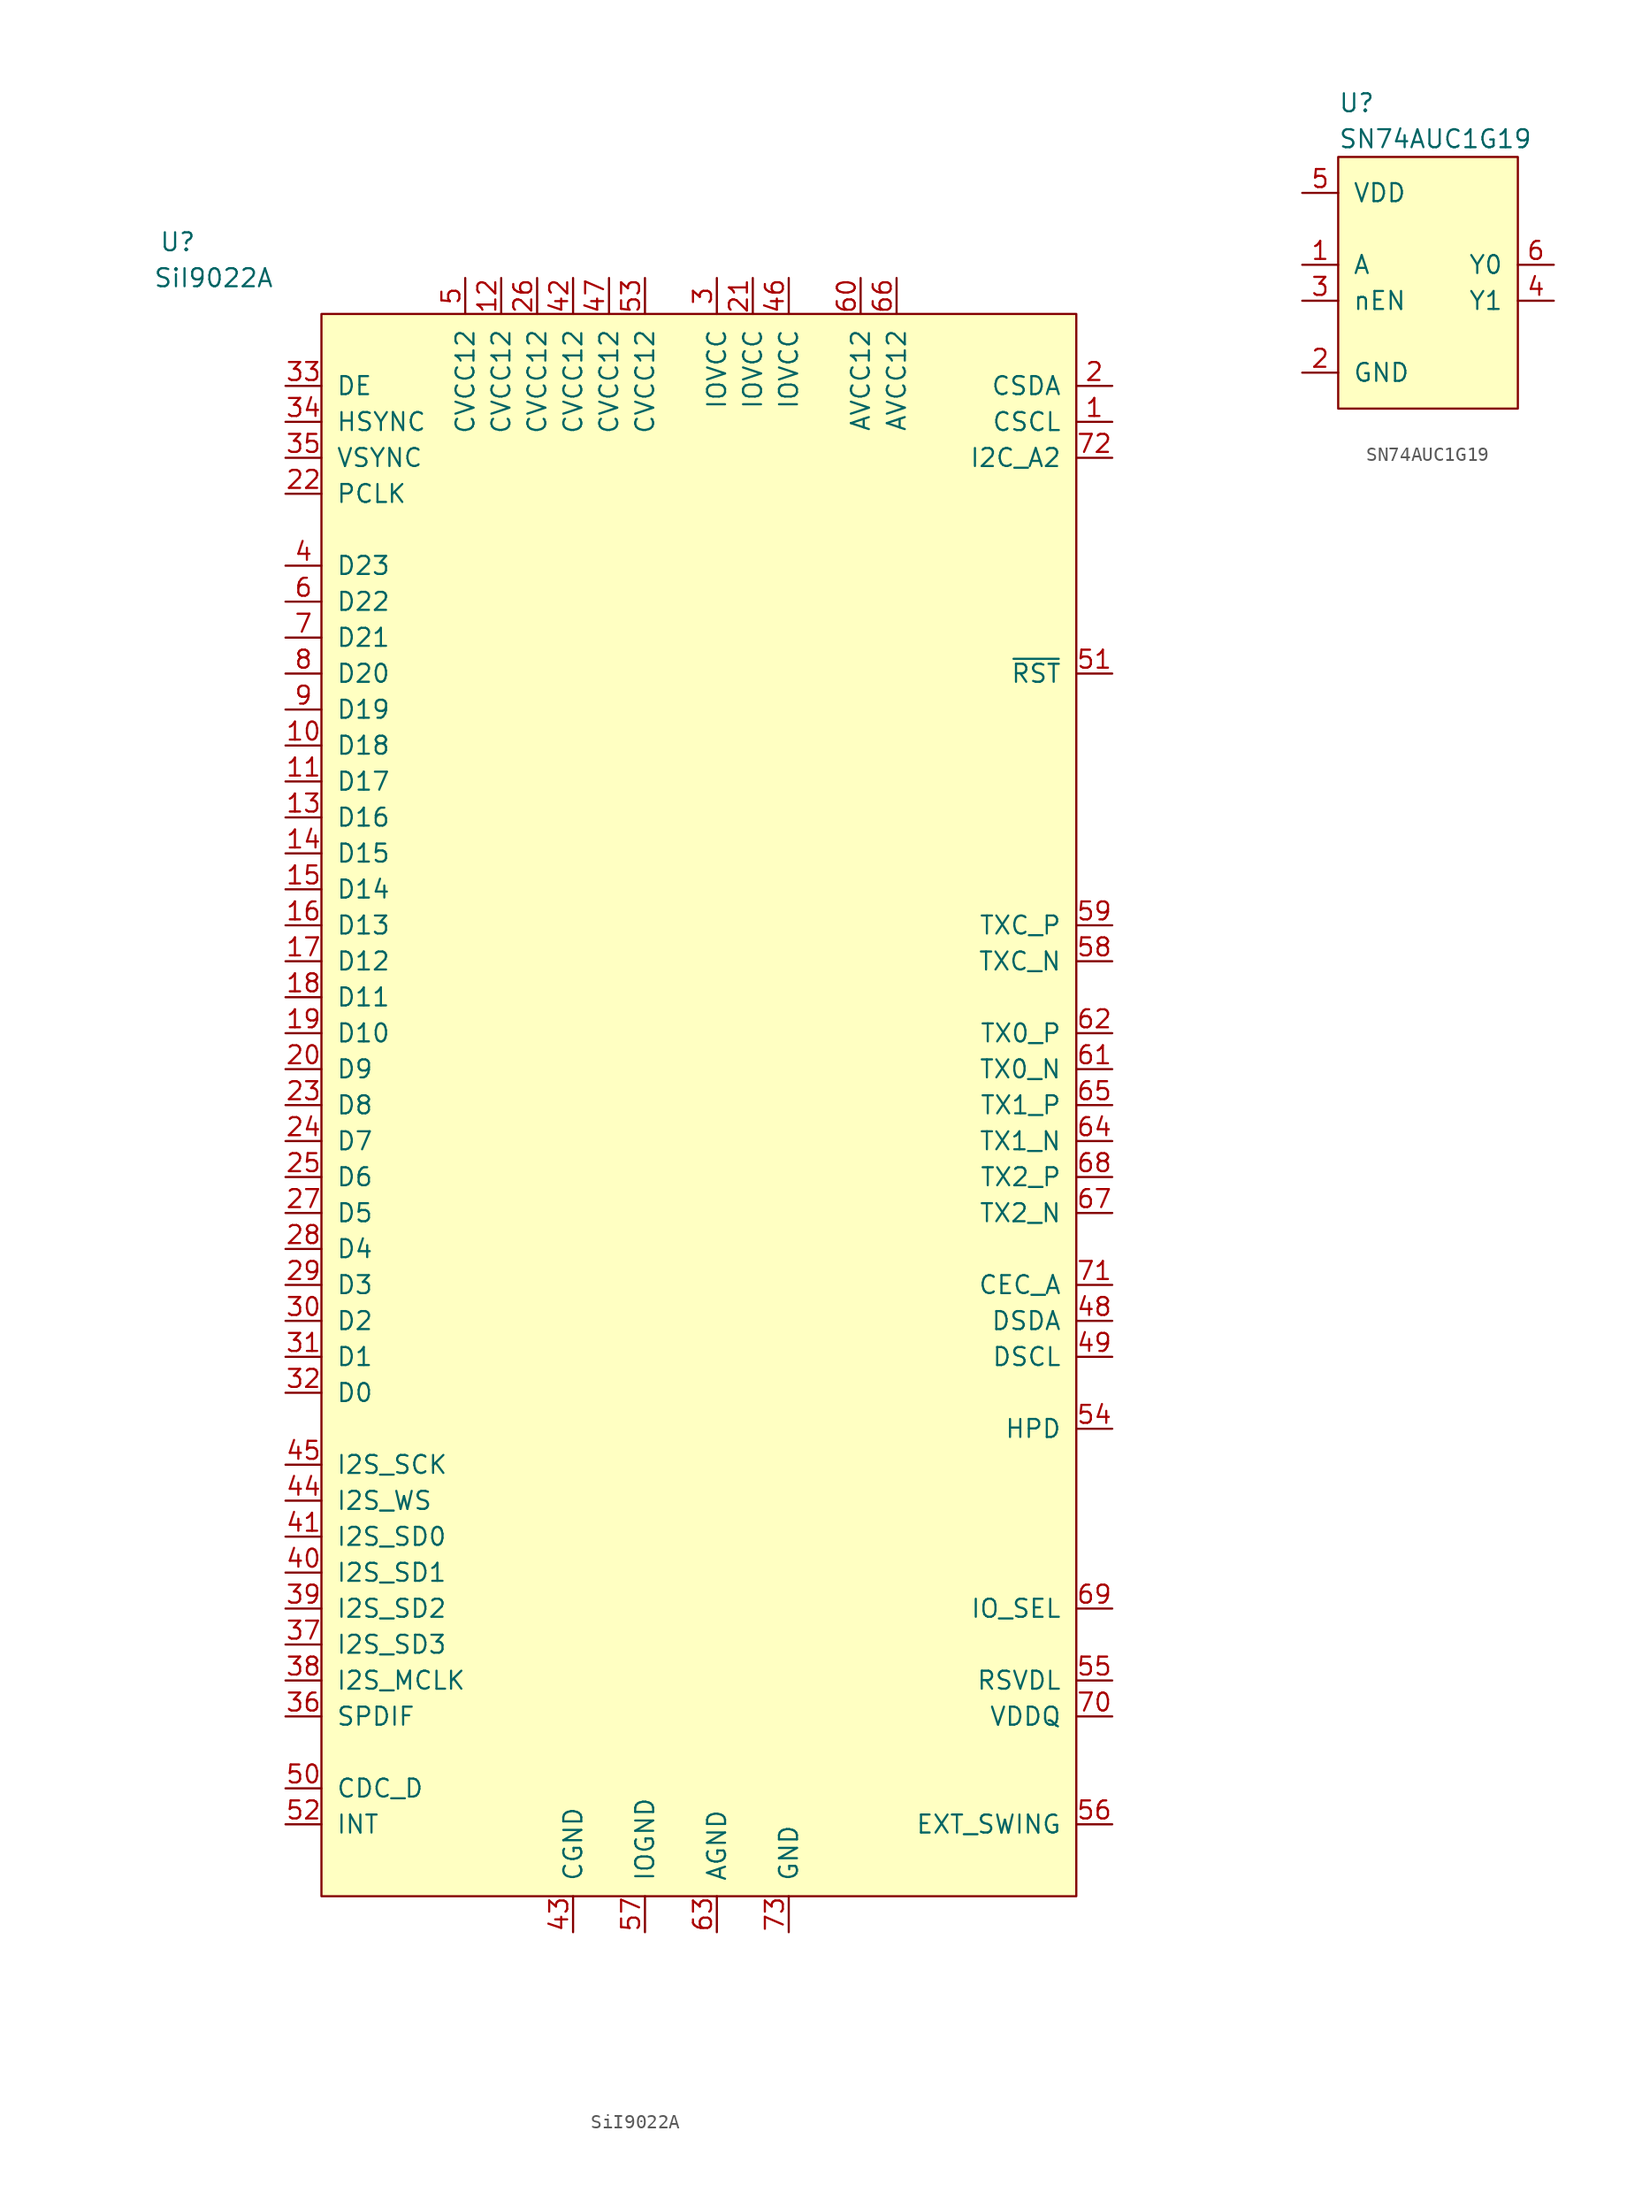
<source format=kicad_sym>
(kicad_symbol_lib
  (version 20211014)
  (generator kicad_symbol_editor)
  (symbol "SiI9022A"
    (pin_names
      (offset 1.016))
    (property "Reference" "U"
      (at -10.16 5.08 0)
      (effects (font (size 1.27 1.27))))
    (property "Value" "SiI9022A"
      (at -7.62 2.54 0)
      (effects (font (size 1.27 1.27))))
    (symbol "SiI9022A_0_1"
      (rectangle (start 0 0) (end 53.34 -111.76) (stroke (width 0) (type default) (color 0 0 0 0)) (fill (type background))))
    (symbol "SiI9022A_1_1"
      (pin input line (at 55.88 -7.62 180) (length 2.54) (name "CSCL" (effects (font (size 1.27 1.27)))) (number "1" (effects (font (size 1.27 1.27)))))
      (pin input line (at -2.54 -30.48 0) (length 2.54) (name "D18" (effects (font (size 1.27 1.27)))) (number "10" (effects (font (size 1.27 1.27)))))
      (pin input line (at -2.54 -33.02 0) (length 2.54) (name "D17" (effects (font (size 1.27 1.27)))) (number "11" (effects (font (size 1.27 1.27)))))
      (pin power_in line (at 12.7 2.54 270) (length 2.54) (name "CVCC12" (effects (font (size 1.27 1.27)))) (number "12" (effects (font (size 1.27 1.27)))))
      (pin input line (at -2.54 -35.56 0) (length 2.54) (name "D16" (effects (font (size 1.27 1.27)))) (number "13" (effects (font (size 1.27 1.27)))))
      (pin input line (at -2.54 -38.1 0) (length 2.54) (name "D15" (effects (font (size 1.27 1.27)))) (number "14" (effects (font (size 1.27 1.27)))))
      (pin input line (at -2.54 -40.64 0) (length 2.54) (name "D14" (effects (font (size 1.27 1.27)))) (number "15" (effects (font (size 1.27 1.27)))))
      (pin input line (at -2.54 -43.18 0) (length 2.54) (name "D13" (effects (font (size 1.27 1.27)))) (number "16" (effects (font (size 1.27 1.27)))))
      (pin input line (at -2.54 -45.72 0) (length 2.54) (name "D12" (effects (font (size 1.27 1.27)))) (number "17" (effects (font (size 1.27 1.27)))))
      (pin input line (at -2.54 -48.26 0) (length 2.54) (name "D11" (effects (font (size 1.27 1.27)))) (number "18" (effects (font (size 1.27 1.27)))))
      (pin input line (at -2.54 -50.8 0) (length 2.54) (name "D10" (effects (font (size 1.27 1.27)))) (number "19" (effects (font (size 1.27 1.27)))))
      (pin bidirectional line (at 55.88 -5.08 180) (length 2.54) (name "CSDA" (effects (font (size 1.27 1.27)))) (number "2" (effects (font (size 1.27 1.27)))))
      (pin input line (at -2.54 -53.34 0) (length 2.54) (name "D9" (effects (font (size 1.27 1.27)))) (number "20" (effects (font (size 1.27 1.27)))))
      (pin power_in line (at 30.48 2.54 270) (length 2.54) (name "IOVCC" (effects (font (size 1.27 1.27)))) (number "21" (effects (font (size 1.27 1.27)))))
      (pin input line (at -2.54 -12.7 0) (length 2.54) (name "PCLK" (effects (font (size 1.27 1.27)))) (number "22" (effects (font (size 1.27 1.27)))))
      (pin input line (at -2.54 -55.88 0) (length 2.54) (name "D8" (effects (font (size 1.27 1.27)))) (number "23" (effects (font (size 1.27 1.27)))))
      (pin input line (at -2.54 -58.42 0) (length 2.54) (name "D7" (effects (font (size 1.27 1.27)))) (number "24" (effects (font (size 1.27 1.27)))))
      (pin input line (at -2.54 -60.96 0) (length 2.54) (name "D6" (effects (font (size 1.27 1.27)))) (number "25" (effects (font (size 1.27 1.27)))))
      (pin power_in line (at 15.24 2.54 270) (length 2.54) (name "CVCC12" (effects (font (size 1.27 1.27)))) (number "26" (effects (font (size 1.27 1.27)))))
      (pin input line (at -2.54 -63.5 0) (length 2.54) (name "D5" (effects (font (size 1.27 1.27)))) (number "27" (effects (font (size 1.27 1.27)))))
      (pin input line (at -2.54 -66.04 0) (length 2.54) (name "D4" (effects (font (size 1.27 1.27)))) (number "28" (effects (font (size 1.27 1.27)))))
      (pin input line (at -2.54 -68.58 0) (length 2.54) (name "D3" (effects (font (size 1.27 1.27)))) (number "29" (effects (font (size 1.27 1.27)))))
      (pin power_in line (at 27.94 2.54 270) (length 2.54) (name "IOVCC" (effects (font (size 1.27 1.27)))) (number "3" (effects (font (size 1.27 1.27)))))
      (pin input line (at -2.54 -71.12 0) (length 2.54) (name "D2" (effects (font (size 1.27 1.27)))) (number "30" (effects (font (size 1.27 1.27)))))
      (pin input line (at -2.54 -73.66 0) (length 2.54) (name "D1" (effects (font (size 1.27 1.27)))) (number "31" (effects (font (size 1.27 1.27)))))
      (pin input line (at -2.54 -76.2 0) (length 2.54) (name "D0" (effects (font (size 1.27 1.27)))) (number "32" (effects (font (size 1.27 1.27)))))
      (pin input line (at -2.54 -5.08 0) (length 2.54) (name "DE" (effects (font (size 1.27 1.27)))) (number "33" (effects (font (size 1.27 1.27)))))
      (pin input line (at -2.54 -7.62 0) (length 2.54) (name "HSYNC" (effects (font (size 1.27 1.27)))) (number "34" (effects (font (size 1.27 1.27)))))
      (pin input line (at -2.54 -10.16 0) (length 2.54) (name "VSYNC" (effects (font (size 1.27 1.27)))) (number "35" (effects (font (size 1.27 1.27)))))
      (pin output line (at -2.54 -99.06 0) (length 2.54) (name "SPDIF" (effects (font (size 1.27 1.27)))) (number "36" (effects (font (size 1.27 1.27)))))
      (pin input line (at -2.54 -93.98 0) (length 2.54) (name "I2S_SD3" (effects (font (size 1.27 1.27)))) (number "37" (effects (font (size 1.27 1.27)))))
      (pin output line (at -2.54 -96.52 0) (length 2.54) (name "I2S_MCLK" (effects (font (size 1.27 1.27)))) (number "38" (effects (font (size 1.27 1.27)))))
      (pin input line (at -2.54 -91.44 0) (length 2.54) (name "I2S_SD2" (effects (font (size 1.27 1.27)))) (number "39" (effects (font (size 1.27 1.27)))))
      (pin input line (at -2.54 -17.78 0) (length 2.54) (name "D23" (effects (font (size 1.27 1.27)))) (number "4" (effects (font (size 1.27 1.27)))))
      (pin input line (at -2.54 -88.9 0) (length 2.54) (name "I2S_SD1" (effects (font (size 1.27 1.27)))) (number "40" (effects (font (size 1.27 1.27)))))
      (pin input line (at -2.54 -86.36 0) (length 2.54) (name "I2S_SD0" (effects (font (size 1.27 1.27)))) (number "41" (effects (font (size 1.27 1.27)))))
      (pin power_in line (at 17.78 2.54 270) (length 2.54) (name "CVCC12" (effects (font (size 1.27 1.27)))) (number "42" (effects (font (size 1.27 1.27)))))
      (pin power_in line (at 17.78 -114.3 90) (length 2.54) (name "CGND" (effects (font (size 1.27 1.27)))) (number "43" (effects (font (size 1.27 1.27)))))
      (pin input line (at -2.54 -83.82 0) (length 2.54) (name "I2S_WS" (effects (font (size 1.27 1.27)))) (number "44" (effects (font (size 1.27 1.27)))))
      (pin input line (at -2.54 -81.28 0) (length 2.54) (name "I2S_SCK" (effects (font (size 1.27 1.27)))) (number "45" (effects (font (size 1.27 1.27)))))
      (pin power_in line (at 33.02 2.54 270) (length 2.54) (name "IOVCC" (effects (font (size 1.27 1.27)))) (number "46" (effects (font (size 1.27 1.27)))))
      (pin power_in line (at 20.32 2.54 270) (length 2.54) (name "CVCC12" (effects (font (size 1.27 1.27)))) (number "47" (effects (font (size 1.27 1.27)))))
      (pin bidirectional line (at 55.88 -71.12 180) (length 2.54) (name "DSDA" (effects (font (size 1.27 1.27)))) (number "48" (effects (font (size 1.27 1.27)))))
      (pin input line (at 55.88 -73.66 180) (length 2.54) (name "DSCL" (effects (font (size 1.27 1.27)))) (number "49" (effects (font (size 1.27 1.27)))))
      (pin power_in line (at 10.16 2.54 270) (length 2.54) (name "CVCC12" (effects (font (size 1.27 1.27)))) (number "5" (effects (font (size 1.27 1.27)))))
      (pin output line (at -2.54 -104.14 0) (length 2.54) (name "CDC_D" (effects (font (size 1.27 1.27)))) (number "50" (effects (font (size 1.27 1.27)))))
      (pin input line (at 55.88 -25.4 180) (length 2.54) (name "~{RST}" (effects (font (size 1.27 1.27)))) (number "51" (effects (font (size 1.27 1.27)))))
      (pin output line (at -2.54 -106.68 0) (length 2.54) (name "INT" (effects (font (size 1.27 1.27)))) (number "52" (effects (font (size 1.27 1.27)))))
      (pin power_in line (at 22.86 2.54 270) (length 2.54) (name "CVCC12" (effects (font (size 1.27 1.27)))) (number "53" (effects (font (size 1.27 1.27)))))
      (pin input line (at 55.88 -78.74 180) (length 2.54) (name "HPD" (effects (font (size 1.27 1.27)))) (number "54" (effects (font (size 1.27 1.27)))))
      (pin input line (at 55.88 -96.52 180) (length 2.54) (name "RSVDL" (effects (font (size 1.27 1.27)))) (number "55" (effects (font (size 1.27 1.27)))))
      (pin passive line (at 55.88 -106.68 180) (length 2.54) (name "EXT_SWING" (effects (font (size 1.27 1.27)))) (number "56" (effects (font (size 1.27 1.27)))))
      (pin power_in line (at 22.86 -114.3 90) (length 2.54) (name "IOGND" (effects (font (size 1.27 1.27)))) (number "57" (effects (font (size 1.27 1.27)))))
      (pin output line (at 55.88 -45.72 180) (length 2.54) (name "TXC_N" (effects (font (size 1.27 1.27)))) (number "58" (effects (font (size 1.27 1.27)))))
      (pin output line (at 55.88 -43.18 180) (length 2.54) (name "TXC_P" (effects (font (size 1.27 1.27)))) (number "59" (effects (font (size 1.27 1.27)))))
      (pin input line (at -2.54 -20.32 0) (length 2.54) (name "D22" (effects (font (size 1.27 1.27)))) (number "6" (effects (font (size 1.27 1.27)))))
      (pin power_in line (at 38.1 2.54 270) (length 2.54) (name "AVCC12" (effects (font (size 1.27 1.27)))) (number "60" (effects (font (size 1.27 1.27)))))
      (pin output line (at 55.88 -53.34 180) (length 2.54) (name "TX0_N" (effects (font (size 1.27 1.27)))) (number "61" (effects (font (size 1.27 1.27)))))
      (pin output line (at 55.88 -50.8 180) (length 2.54) (name "TX0_P" (effects (font (size 1.27 1.27)))) (number "62" (effects (font (size 1.27 1.27)))))
      (pin power_in line (at 27.94 -114.3 90) (length 2.54) (name "AGND" (effects (font (size 1.27 1.27)))) (number "63" (effects (font (size 1.27 1.27)))))
      (pin output line (at 55.88 -58.42 180) (length 2.54) (name "TX1_N" (effects (font (size 1.27 1.27)))) (number "64" (effects (font (size 1.27 1.27)))))
      (pin output line (at 55.88 -55.88 180) (length 2.54) (name "TX1_P" (effects (font (size 1.27 1.27)))) (number "65" (effects (font (size 1.27 1.27)))))
      (pin power_in line (at 40.64 2.54 270) (length 2.54) (name "AVCC12" (effects (font (size 1.27 1.27)))) (number "66" (effects (font (size 1.27 1.27)))))
      (pin output line (at 55.88 -63.5 180) (length 2.54) (name "TX2_N" (effects (font (size 1.27 1.27)))) (number "67" (effects (font (size 1.27 1.27)))))
      (pin output line (at 55.88 -60.96 180) (length 2.54) (name "TX2_P" (effects (font (size 1.27 1.27)))) (number "68" (effects (font (size 1.27 1.27)))))
      (pin input line (at 55.88 -91.44 180) (length 2.54) (name "IO_SEL" (effects (font (size 1.27 1.27)))) (number "69" (effects (font (size 1.27 1.27)))))
      (pin input line (at -2.54 -22.86 0) (length 2.54) (name "D21" (effects (font (size 1.27 1.27)))) (number "7" (effects (font (size 1.27 1.27)))))
      (pin input line (at 55.88 -99.06 180) (length 2.54) (name "VDDQ" (effects (font (size 1.27 1.27)))) (number "70" (effects (font (size 1.27 1.27)))))
      (pin bidirectional line (at 55.88 -68.58 180) (length 2.54) (name "CEC_A" (effects (font (size 1.27 1.27)))) (number "71" (effects (font (size 1.27 1.27)))))
      (pin input line (at 55.88 -10.16 180) (length 2.54) (name "I2C_A2" (effects (font (size 1.27 1.27)))) (number "72" (effects (font (size 1.27 1.27)))))
      (pin power_in line (at 33.02 -114.3 90) (length 2.54) (name "GND" (effects (font (size 1.27 1.27)))) (number "73" (effects (font (size 1.27 1.27)))))
      (pin input line (at -2.54 -25.4 0) (length 2.54) (name "D20" (effects (font (size 1.27 1.27)))) (number "8" (effects (font (size 1.27 1.27)))))
      (pin input line (at -2.54 -27.94 0) (length 2.54) (name "D19" (effects (font (size 1.27 1.27)))) (number "9" (effects (font (size 1.27 1.27)))))))
  (symbol "SN74AUC1G19"
    (pin_names
      (offset 1.016))
    (property "Reference" "U"
      (at 0 3.81 0)
      (effects (font (size 1.27 1.27)) (justify left)))
    (property "Value" "SN74AUC1G19"
      (at 0 1.27 0)
      (effects (font (size 1.27 1.27)) (justify left)))
    (symbol "SN74AUC1G19_0_1"
      (rectangle (start 0 0) (end 12.7 -17.78) (stroke (width 0) (type default) (color 0 0 0 0)) (fill (type background))))
    (symbol "SN74AUC1G19_1_1"
      (pin input line (at -2.54 -7.62 0) (length 2.54) (name "A" (effects (font (size 1.27 1.27)))) (number "1" (effects (font (size 1.27 1.27)))))
      (pin power_in line (at -2.54 -15.24 0) (length 2.54) (name "GND" (effects (font (size 1.27 1.27)))) (number "2" (effects (font (size 1.27 1.27)))))
      (pin input line (at -2.54 -10.16 0) (length 2.54) (name "nEN" (effects (font (size 1.27 1.27)))) (number "3" (effects (font (size 1.27 1.27)))))
      (pin output line (at 15.24 -10.16 180) (length 2.54) (name "Y1" (effects (font (size 1.27 1.27)))) (number "4" (effects (font (size 1.27 1.27)))))
      (pin power_in line (at -2.54 -2.54 0) (length 2.54) (name "VDD" (effects (font (size 1.27 1.27)))) (number "5" (effects (font (size 1.27 1.27)))))
      (pin output line (at 15.24 -7.62 180) (length 2.54) (name "Y0" (effects (font (size 1.27 1.27)))) (number "6" (effects (font (size 1.27 1.27))))))))
</source>
